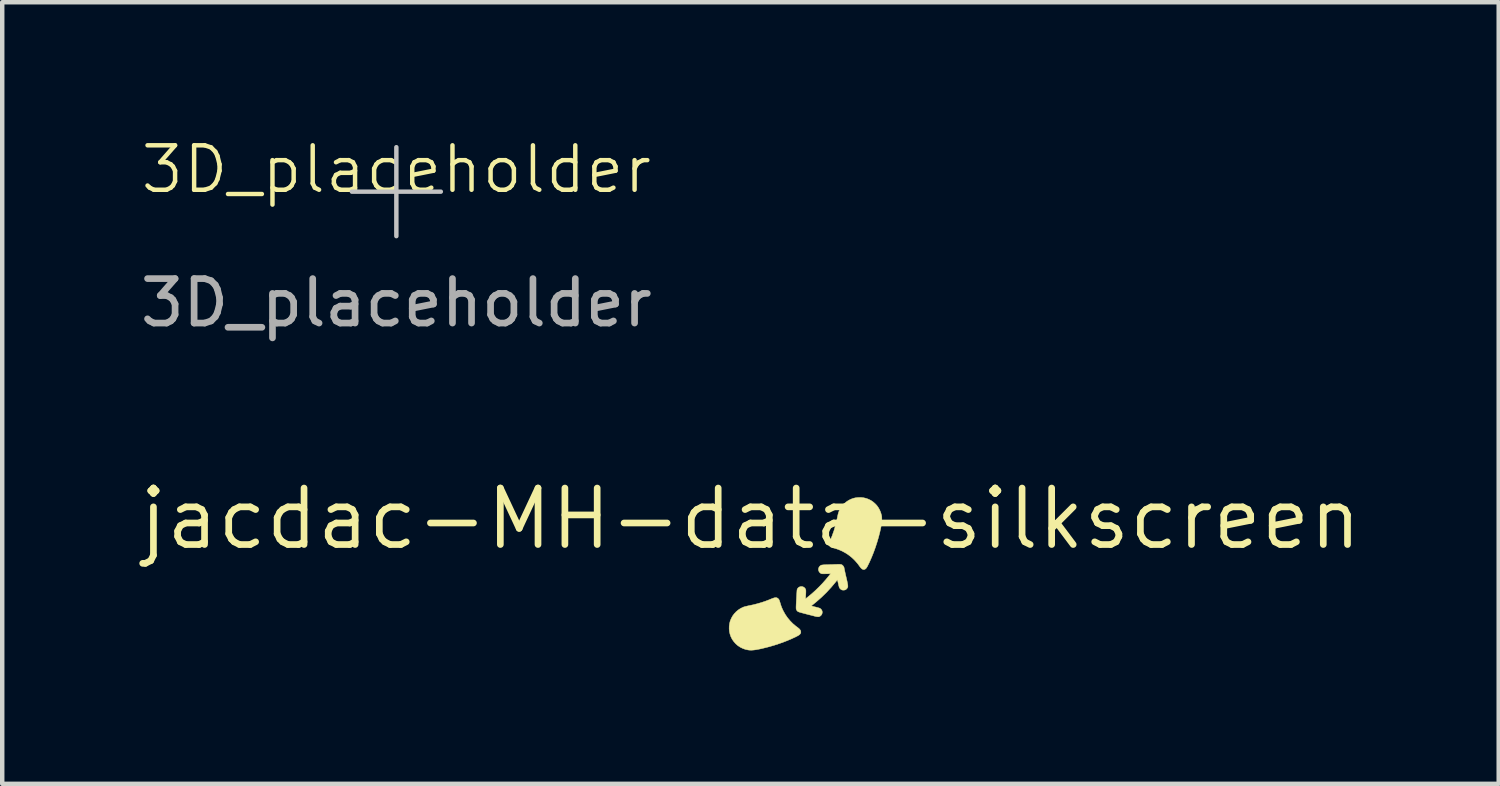
<source format=kicad_pcb>
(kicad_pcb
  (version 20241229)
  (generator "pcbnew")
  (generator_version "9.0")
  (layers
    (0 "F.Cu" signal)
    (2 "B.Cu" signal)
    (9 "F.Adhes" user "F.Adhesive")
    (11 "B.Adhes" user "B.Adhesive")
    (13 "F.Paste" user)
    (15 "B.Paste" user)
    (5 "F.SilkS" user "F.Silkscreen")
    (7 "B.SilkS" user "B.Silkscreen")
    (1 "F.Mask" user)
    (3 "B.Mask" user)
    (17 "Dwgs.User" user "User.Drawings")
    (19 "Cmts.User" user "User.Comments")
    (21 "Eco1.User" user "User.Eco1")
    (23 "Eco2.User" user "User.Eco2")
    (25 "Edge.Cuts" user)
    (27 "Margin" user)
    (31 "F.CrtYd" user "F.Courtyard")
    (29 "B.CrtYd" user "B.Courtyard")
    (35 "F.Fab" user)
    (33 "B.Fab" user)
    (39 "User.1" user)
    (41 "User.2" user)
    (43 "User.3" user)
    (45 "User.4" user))
  (footprint "jacdac-MH-data-silkscreen"
    (layer "F.Cu")
    (at 13.826 8.615)
    (property "Reference" "jacdac-MH-data-silkscreen" (at 0 0 0) (layer "F.SilkS") (effects (font (size 1.27 1.27) (thickness 0.15))))
    (attr through_hole)
    (fp_poly (pts (xy 0.592 1.777) (xy 0.608 1.785) (xy 0.621 1.795) (xy 0.631 1.804) (xy 0.638 1.813) (xy 0.645 1.825) (xy 0.651 1.84) (xy 0.658 1.861) (xy 0.666 1.887) (xy 0.667 1.888) (xy 0.684 1.945) (xy 0.703 1.997) (xy 0.725 2.046) (xy 0.741 2.079) (xy 0.784 2.155) (xy 0.833 2.226) (xy 0.889 2.293) (xy 0.95 2.356) (xy 1.016 2.412) (xy 1.054 2.44) (xy 1.082 2.462) (xy 1.104 2.482) (xy 1.119 2.502) (xy 1.129 2.521) (xy 1.132 2.541) (xy 1.133 2.546) (xy 1.131 2.565) (xy 1.124 2.581) (xy 1.113 2.597) (xy 1.096 2.612) (xy 1.072 2.628) (xy 1.041 2.644) (xy 1.041 2.645) (xy 0.92 2.702) (xy 0.792 2.755) (xy 0.659 2.804) (xy 0.522 2.849) (xy 0.383 2.888) (xy 0.241 2.923) (xy 0.182 2.935) (xy 0.123 2.946) (xy 0.069 2.953) (xy 0.022 2.956) (xy -0.02 2.955) (xy -0.054 2.951) (xy -0.117 2.937) (xy -0.177 2.915) (xy -0.233 2.887) (xy -0.284 2.853) (xy -0.331 2.812) (xy -0.372 2.766) (xy -0.409 2.714) (xy -0.414 2.705) (xy -0.44 2.653) (xy -0.46 2.596) (xy -0.473 2.538) (xy -0.479 2.478) (xy -0.478 2.417) (xy -0.47 2.358) (xy -0.456 2.3) (xy -0.454 2.296) (xy -0.431 2.24) (xy -0.402 2.187) (xy -0.366 2.138) (xy -0.324 2.093) (xy -0.278 2.054) (xy -0.227 2.02) (xy -0.173 1.993) (xy -0.151 1.984) (xy -0.137 1.98) (xy -0.116 1.974) (xy -0.092 1.968) (xy -0.066 1.962) (xy -0.039 1.956) (xy -0.038 1.956) (xy 0.061 1.935) (xy 0.155 1.911) (xy 0.245 1.885) (xy 0.332 1.856) (xy 0.419 1.823) (xy 0.467 1.803) (xy 0.501 1.79) (xy 0.53 1.78) (xy 0.554 1.775) (xy 0.575 1.774) (xy 0.592 1.777)) (stroke (width 0.01) (type solid)) (fill yes) (layer "F.SilkS"))
    (fp_poly (pts (xy 2.543 -0.472) (xy 2.6 -0.459) (xy 2.656 -0.438) (xy 2.708 -0.412) (xy 2.757 -0.379) (xy 2.801 -0.341) (xy 2.842 -0.298) (xy 2.877 -0.249) (xy 2.906 -0.196) (xy 2.93 -0.139) (xy 2.947 -0.077) (xy 2.948 -0.075) (xy 2.951 -0.058) (xy 2.953 -0.038) (xy 2.954 -0.016) (xy 2.954 0.012) (xy 2.954 0.024) (xy 2.954 0.045) (xy 2.953 0.066) (xy 2.951 0.088) (xy 2.948 0.11) (xy 2.945 0.135) (xy 2.939 0.163) (xy 2.933 0.196) (xy 2.925 0.233) (xy 2.915 0.277) (xy 2.911 0.296) (xy 2.882 0.409) (xy 2.848 0.525) (xy 2.81 0.642) (xy 2.768 0.758) (xy 2.722 0.872) (xy 2.674 0.981) (xy 2.639 1.052) (xy 2.625 1.079) (xy 2.612 1.1) (xy 2.6 1.116) (xy 2.588 1.127) (xy 2.576 1.135) (xy 2.574 1.136) (xy 2.556 1.142) (xy 2.539 1.142) (xy 2.525 1.138) (xy 2.505 1.127) (xy 2.485 1.108) (xy 2.464 1.083) (xy 2.461 1.078) (xy 2.407 1.005) (xy 2.348 0.938) (xy 2.284 0.876) (xy 2.215 0.821) (xy 2.142 0.772) (xy 2.066 0.73) (xy 2.009 0.705) (xy 1.978 0.692) (xy 1.946 0.681) (xy 1.913 0.67) (xy 1.875 0.659) (xy 1.842 0.651) (xy 1.824 0.645) (xy 1.811 0.64) (xy 1.8 0.633) (xy 1.792 0.625) (xy 1.778 0.61) (xy 1.77 0.594) (xy 1.767 0.575) (xy 1.77 0.554) (xy 1.778 0.528) (xy 1.787 0.506) (xy 1.836 0.385) (xy 1.88 0.261) (xy 1.917 0.133) (xy 1.948 -0.001) (xy 1.955 -0.032) (xy 1.962 -0.066) (xy 1.968 -0.095) (xy 1.974 -0.118) (xy 1.98 -0.139) (xy 1.987 -0.157) (xy 1.994 -0.176) (xy 2.001 -0.19) (xy 2.029 -0.243) (xy 2.065 -0.292) (xy 2.105 -0.337) (xy 2.151 -0.376) (xy 2.201 -0.41) (xy 2.255 -0.438) (xy 2.311 -0.459) (xy 2.358 -0.47) (xy 2.421 -0.478) (xy 2.483 -0.479) (xy 2.543 -0.472)) (stroke (width 0.01) (type solid)) (fill yes) (layer "F.SilkS"))
    (fp_poly (pts (xy 1.999 1.026) (xy 2.016 1.026) (xy 2.03 1.028) (xy 2.04 1.03) (xy 2.049 1.032) (xy 2.056 1.036) (xy 2.063 1.04) (xy 2.069 1.045) (xy 2.072 1.048) (xy 2.083 1.059) (xy 2.094 1.074) (xy 2.102 1.091) (xy 2.107 1.105) (xy 2.107 1.111) (xy 2.108 1.117) (xy 2.111 1.13) (xy 2.115 1.149) (xy 2.12 1.173) (xy 2.126 1.201) (xy 2.133 1.234) (xy 2.141 1.269) (xy 2.149 1.303) (xy 2.16 1.35) (xy 2.169 1.389) (xy 2.176 1.422) (xy 2.181 1.45) (xy 2.186 1.473) (xy 2.188 1.491) (xy 2.19 1.506) (xy 2.19 1.518) (xy 2.19 1.528) (xy 2.188 1.536) (xy 2.186 1.543) (xy 2.185 1.545) (xy 2.173 1.565) (xy 2.156 1.584) (xy 2.138 1.597) (xy 2.119 1.603) (xy 2.097 1.606) (xy 2.074 1.605) (xy 2.053 1.6) (xy 2.046 1.597) (xy 2.03 1.586) (xy 2.014 1.571) (xy 2.002 1.555) (xy 1.997 1.546) (xy 1.995 1.538) (xy 1.991 1.525) (xy 1.986 1.506) (xy 1.981 1.483) (xy 1.975 1.459) (xy 1.974 1.455) (xy 1.969 1.431) (xy 1.964 1.41) (xy 1.96 1.393) (xy 1.957 1.381) (xy 1.956 1.375) (xy 1.955 1.375) (xy 1.953 1.377) (xy 1.946 1.385) (xy 1.936 1.397) (xy 1.924 1.412) (xy 1.916 1.422) (xy 1.816 1.541) (xy 1.711 1.655) (xy 1.599 1.764) (xy 1.482 1.867) (xy 1.422 1.916) (xy 1.405 1.93) (xy 1.39 1.942) (xy 1.379 1.952) (xy 1.373 1.959) (xy 1.372 1.961) (xy 1.377 1.962) (xy 1.388 1.966) (xy 1.404 1.97) (xy 1.425 1.976) (xy 1.449 1.982) (xy 1.459 1.984) (xy 1.489 1.992) (xy 1.514 1.998) (xy 1.532 2.004) (xy 1.547 2.008) (xy 1.557 2.012) (xy 1.566 2.017) (xy 1.573 2.021) (xy 1.579 2.027) (xy 1.583 2.03) (xy 1.6 2.05) (xy 1.611 2.073) (xy 1.615 2.098) (xy 1.613 2.123) (xy 1.605 2.148) (xy 1.591 2.169) (xy 1.572 2.187) (xy 1.559 2.195) (xy 1.548 2.2) (xy 1.537 2.203) (xy 1.525 2.205) (xy 1.51 2.204) (xy 1.492 2.202) (xy 1.47 2.198) (xy 1.442 2.191) (xy 1.413 2.183) (xy 1.385 2.176) (xy 1.351 2.167) (xy 1.313 2.158) (xy 1.275 2.148) (xy 1.237 2.138) (xy 1.203 2.129) (xy 1.166 2.119) (xy 1.136 2.111) (xy 1.112 2.104) (xy 1.093 2.098) (xy 1.078 2.092) (xy 1.067 2.087) (xy 1.058 2.08) (xy 1.051 2.073) (xy 1.045 2.065) (xy 1.041 2.06) (xy 1.037 2.054) (xy 1.034 2.048) (xy 1.031 2.041) (xy 1.029 2.034) (xy 1.027 2.024) (xy 1.026 2.012) (xy 1.026 1.996) (xy 1.026 1.976) (xy 1.027 1.952) (xy 1.028 1.922) (xy 1.03 1.886) (xy 1.032 1.844) (xy 1.034 1.812) (xy 1.036 1.772) (xy 1.038 1.734) (xy 1.04 1.699) (xy 1.042 1.668) (xy 1.044 1.641) (xy 1.045 1.62) (xy 1.047 1.604) (xy 1.048 1.596) (xy 1.048 1.595) (xy 1.058 1.571) (xy 1.074 1.552) (xy 1.093 1.538) (xy 1.116 1.528) (xy 1.141 1.524) (xy 1.166 1.526) (xy 1.19 1.534) (xy 1.212 1.548) (xy 1.212 1.548) (xy 1.227 1.564) (xy 1.238 1.583) (xy 1.238 1.584) (xy 1.241 1.592) (xy 1.244 1.599) (xy 1.245 1.608) (xy 1.246 1.618) (xy 1.246 1.632) (xy 1.246 1.651) (xy 1.245 1.676) (xy 1.245 1.677) (xy 1.244 1.702) (xy 1.242 1.726) (xy 1.241 1.748) (xy 1.24 1.765) (xy 1.239 1.773) (xy 1.239 1.783) (xy 1.238 1.79) (xy 1.24 1.794) (xy 1.243 1.794) (xy 1.25 1.791) (xy 1.26 1.783) (xy 1.275 1.772) (xy 1.296 1.755) (xy 1.3 1.752) (xy 1.383 1.683) (xy 1.465 1.609) (xy 1.545 1.531) (xy 1.621 1.452) (xy 1.693 1.371) (xy 1.759 1.291) (xy 1.792 1.249) (xy 1.803 1.233) (xy 1.768 1.236) (xy 1.751 1.237) (xy 1.728 1.238) (xy 1.703 1.238) (xy 1.677 1.239) (xy 1.669 1.239) (xy 1.644 1.239) (xy 1.625 1.239) (xy 1.611 1.238) (xy 1.601 1.237) (xy 1.593 1.234) (xy 1.589 1.233) (xy 1.567 1.219) (xy 1.548 1.199) (xy 1.535 1.175) (xy 1.529 1.149) (xy 1.528 1.139) (xy 1.532 1.113) (xy 1.542 1.089) (xy 1.557 1.068) (xy 1.577 1.052) (xy 1.589 1.046) (xy 1.593 1.044) (xy 1.599 1.042) (xy 1.605 1.041) (xy 1.613 1.04) (xy 1.623 1.039) (xy 1.636 1.037) (xy 1.653 1.036) (xy 1.675 1.035) (xy 1.701 1.034) (xy 1.733 1.033) (xy 1.772 1.032) (xy 1.817 1.03) (xy 1.835 1.03) (xy 1.88 1.028) (xy 1.919 1.027) (xy 1.951 1.026) (xy 1.978 1.026) (xy 1.999 1.026)) (stroke (width 0.01) (type solid)) (fill yes) (layer "F.SilkS")))
  (footprint "3D_placeholder"
    (layer "F.Cu")
    (at 5.863 1.26)
    (property "Reference" "3D_placeholder" (at 0 -0.5 0) (unlocked yes) (layer "F.SilkS") (effects (font (size 1 1) (thickness 0.1))))
    (attr smd)
    (fp_line (start -1 0) (end 1 0) (stroke (width 0.1) (type default)) (layer "Dwgs.User"))
    (fp_line (start 0 -1) (end 0 1) (stroke (width 0.1) (type default)) (layer "Dwgs.User"))
    (fp_text user "${REFERENCE}" (at 0 2.5 0) (unlocked yes) (layer "F.Fab") (effects (font (size 1 1) (thickness 0.15)))))
  (gr_rect
    (start -3 -3)
    (end 30.652 14.576)
    (stroke (width 0.1) (type default))
    (fill no)
    (layer "Edge.Cuts")))
</source>
